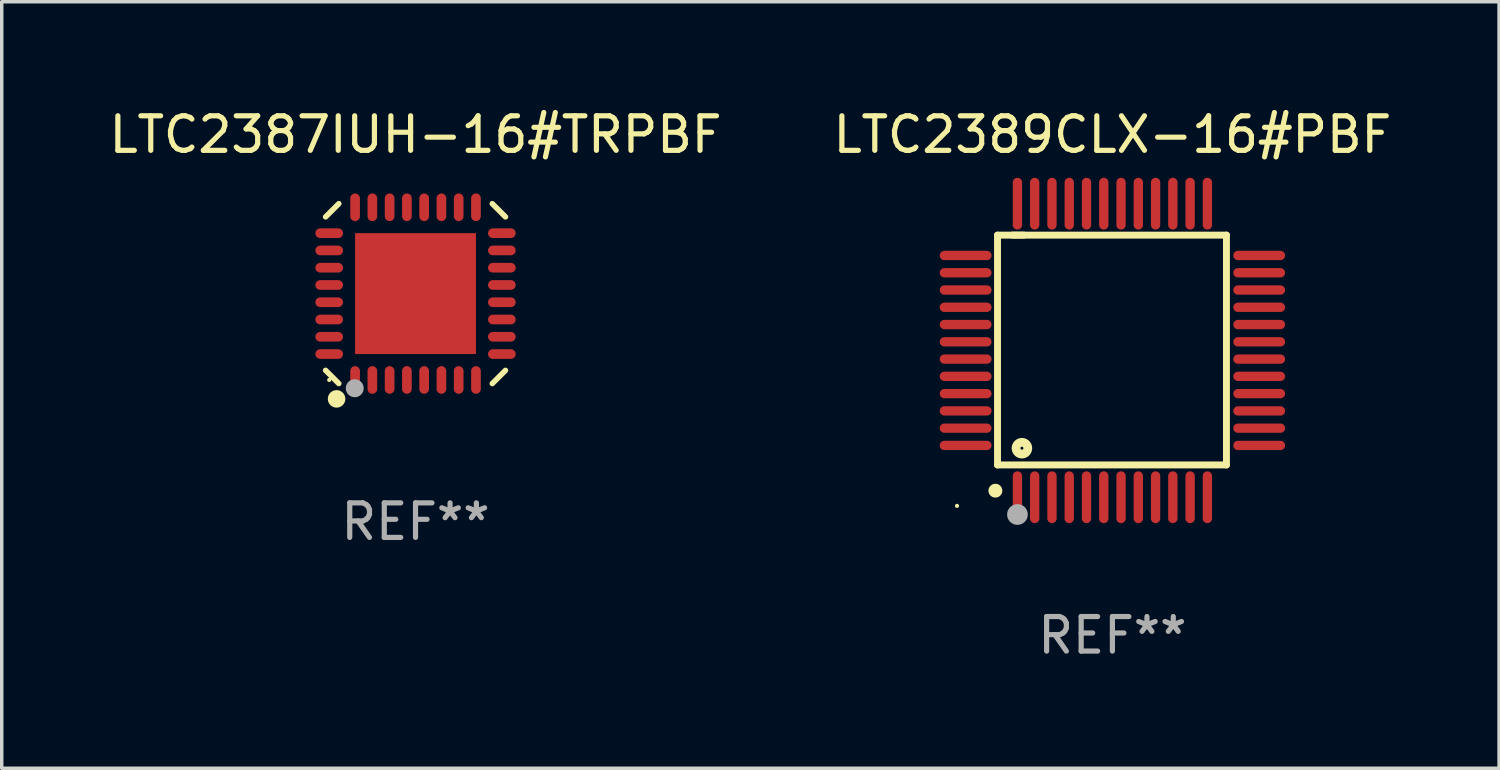
<source format=kicad_pcb>
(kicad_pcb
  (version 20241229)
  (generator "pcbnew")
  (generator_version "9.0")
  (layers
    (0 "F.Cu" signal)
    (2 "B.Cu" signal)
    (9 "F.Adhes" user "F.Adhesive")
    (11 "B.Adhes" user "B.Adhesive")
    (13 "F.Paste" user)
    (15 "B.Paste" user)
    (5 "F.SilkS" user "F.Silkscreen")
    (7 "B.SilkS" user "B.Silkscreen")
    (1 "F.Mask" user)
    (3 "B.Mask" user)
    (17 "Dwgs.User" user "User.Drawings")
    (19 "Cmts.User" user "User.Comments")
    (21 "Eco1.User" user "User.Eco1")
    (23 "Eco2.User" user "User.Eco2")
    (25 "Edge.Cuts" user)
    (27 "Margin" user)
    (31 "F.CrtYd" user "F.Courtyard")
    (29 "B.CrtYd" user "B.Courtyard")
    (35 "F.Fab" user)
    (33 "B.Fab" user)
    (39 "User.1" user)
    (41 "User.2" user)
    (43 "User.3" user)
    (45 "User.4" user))
  (footprint "LTC2389CLX-16#PBF"
    (layer "F.Cu")
    (at 29.161 7.098)
    (property "Reference" "LTC2389CLX-16#PBF" (at 0 -6.25 0) (layer "F.SilkS") (effects (font (size 1 1) (thickness 0.15))))
    (attr through_hole)
    (fp_line (start -3.327 -3.34) (end -2.565 -3.34) (stroke (width 0.2) (type solid)) (layer "F.SilkS"))
    (fp_line (start -3.327 3.315) (end -3.327 -3.34) (stroke (width 0.2) (type solid)) (layer "F.SilkS"))
    (fp_line (start -2.896 -3.34) (end 3.302 -3.34) (stroke (width 0.2) (type solid)) (layer "F.SilkS"))
    (fp_line (start 3.302 -3.34) (end 3.302 3.315) (stroke (width 0.2) (type solid)) (layer "F.SilkS"))
    (fp_line (start 3.302 3.315) (end -3.327 3.315) (stroke (width 0.2) (type solid)) (layer "F.SilkS"))
    (fp_arc (start -3.389992 4.059995) (mid -3.388722 4.059991) (end -3.387452 4.059995) (stroke (width 0.4) (type solid)) (layer "F.SilkS"))
    (fp_circle (center -4.5 4.5) (end -4.47 4.5) (stroke (width 0.06) (type solid)) (fill no) (layer "F.SilkS"))
    (fp_circle (center -2.62 2.83) (end -2.45 2.83) (stroke (width 0.254) (type solid)) (fill no) (layer "F.SilkS"))
    (fp_circle (center -2.75 4.75) (end -2.6 4.75) (stroke (width 0.3) (type solid)) (fill no) (layer "F.Fab"))
    (fp_text user "REF**" (at 0 8.25 0) (layer "F.Fab") (effects (font (size 1 1) (thickness 0.15))))
    (pad "1" smd oval (at -2.75 4.25) (size 0.27 1.5) (layers "F.Cu" "F.Mask" "F.Paste"))
    (pad "2" smd oval (at -2.25 4.25) (size 0.27 1.5) (layers "F.Cu" "F.Mask" "F.Paste"))
    (pad "3" smd oval (at -1.75 4.25) (size 0.27 1.5) (layers "F.Cu" "F.Mask" "F.Paste"))
    (pad "4" smd oval (at -1.25 4.25) (size 0.27 1.5) (layers "F.Cu" "F.Mask" "F.Paste"))
    (pad "5" smd oval (at -0.75 4.25) (size 0.27 1.5) (layers "F.Cu" "F.Mask" "F.Paste"))
    (pad "6" smd oval (at -0.25 4.25) (size 0.27 1.5) (layers "F.Cu" "F.Mask" "F.Paste"))
    (pad "7" smd oval (at 0.25 4.25) (size 0.27 1.5) (layers "F.Cu" "F.Mask" "F.Paste"))
    (pad "8" smd oval (at 0.75 4.25) (size 0.27 1.5) (layers "F.Cu" "F.Mask" "F.Paste"))
    (pad "9" smd oval (at 1.25 4.25) (size 0.27 1.5) (layers "F.Cu" "F.Mask" "F.Paste"))
    (pad "10" smd oval (at 1.75 4.25) (size 0.27 1.5) (layers "F.Cu" "F.Mask" "F.Paste"))
    (pad "11" smd oval (at 2.25 4.25) (size 0.27 1.5) (layers "F.Cu" "F.Mask" "F.Paste"))
    (pad "12" smd oval (at 2.75 4.25) (size 0.27 1.5) (layers "F.Cu" "F.Mask" "F.Paste"))
    (pad "13" smd oval (at 4.25 2.75) (size 1.5 0.27) (layers "F.Cu" "F.Mask" "F.Paste"))
    (pad "14" smd oval (at 4.25 2.25) (size 1.5 0.27) (layers "F.Cu" "F.Mask" "F.Paste"))
    (pad "15" smd oval (at 4.25 1.75) (size 1.5 0.27) (layers "F.Cu" "F.Mask" "F.Paste"))
    (pad "16" smd oval (at 4.25 1.25) (size 1.5 0.27) (layers "F.Cu" "F.Mask" "F.Paste"))
    (pad "17" smd oval (at 4.25 0.75) (size 1.5 0.27) (layers "F.Cu" "F.Mask" "F.Paste"))
    (pad "18" smd oval (at 4.25 0.25) (size 1.5 0.27) (layers "F.Cu" "F.Mask" "F.Paste"))
    (pad "19" smd oval (at 4.25 -0.25) (size 1.5 0.27) (layers "F.Cu" "F.Mask" "F.Paste"))
    (pad "20" smd oval (at 4.25 -0.75) (size 1.5 0.27) (layers "F.Cu" "F.Mask" "F.Paste"))
    (pad "21" smd oval (at 4.25 -1.25) (size 1.5 0.27) (layers "F.Cu" "F.Mask" "F.Paste"))
    (pad "22" smd oval (at 4.25 -1.75) (size 1.5 0.27) (layers "F.Cu" "F.Mask" "F.Paste"))
    (pad "23" smd oval (at 4.25 -2.25) (size 1.5 0.27) (layers "F.Cu" "F.Mask" "F.Paste"))
    (pad "24" smd oval (at 4.25 -2.75) (size 1.5 0.27) (layers "F.Cu" "F.Mask" "F.Paste"))
    (pad "25" smd oval (at 2.75 -4.25) (size 0.27 1.5) (layers "F.Cu" "F.Mask" "F.Paste"))
    (pad "26" smd oval (at 2.25 -4.25) (size 0.27 1.5) (layers "F.Cu" "F.Mask" "F.Paste"))
    (pad "27" smd oval (at 1.75 -4.25) (size 0.27 1.5) (layers "F.Cu" "F.Mask" "F.Paste"))
    (pad "28" smd oval (at 1.25 -4.25) (size 0.27 1.5) (layers "F.Cu" "F.Mask" "F.Paste"))
    (pad "29" smd oval (at 0.75 -4.25) (size 0.27 1.5) (layers "F.Cu" "F.Mask" "F.Paste"))
    (pad "30" smd oval (at 0.25 -4.25) (size 0.27 1.5) (layers "F.Cu" "F.Mask" "F.Paste"))
    (pad "31" smd oval (at -0.25 -4.25) (size 0.27 1.5) (layers "F.Cu" "F.Mask" "F.Paste"))
    (pad "32" smd oval (at -0.75 -4.25) (size 0.27 1.5) (layers "F.Cu" "F.Mask" "F.Paste"))
    (pad "33" smd oval (at -1.25 -4.25) (size 0.27 1.5) (layers "F.Cu" "F.Mask" "F.Paste"))
    (pad "34" smd oval (at -1.75 -4.25) (size 0.27 1.5) (layers "F.Cu" "F.Mask" "F.Paste"))
    (pad "35" smd oval (at -2.25 -4.25) (size 0.27 1.5) (layers "F.Cu" "F.Mask" "F.Paste"))
    (pad "36" smd oval (at -2.75 -4.25) (size 0.27 1.5) (layers "F.Cu" "F.Mask" "F.Paste"))
    (pad "37" smd oval (at -4.25 -2.75) (size 1.5 0.27) (layers "F.Cu" "F.Mask" "F.Paste"))
    (pad "38" smd oval (at -4.25 -2.25) (size 1.5 0.27) (layers "F.Cu" "F.Mask" "F.Paste"))
    (pad "39" smd oval (at -4.25 -1.75) (size 1.5 0.27) (layers "F.Cu" "F.Mask" "F.Paste"))
    (pad "40" smd oval (at -4.25 -1.25) (size 1.5 0.27) (layers "F.Cu" "F.Mask" "F.Paste"))
    (pad "41" smd oval (at -4.25 -0.75) (size 1.5 0.27) (layers "F.Cu" "F.Mask" "F.Paste"))
    (pad "42" smd oval (at -4.25 -0.25) (size 1.5 0.27) (layers "F.Cu" "F.Mask" "F.Paste"))
    (pad "43" smd oval (at -4.25 0.25) (size 1.5 0.27) (layers "F.Cu" "F.Mask" "F.Paste"))
    (pad "44" smd oval (at -4.25 0.75) (size 1.5 0.27) (layers "F.Cu" "F.Mask" "F.Paste"))
    (pad "45" smd oval (at -4.25 1.25) (size 1.5 0.27) (layers "F.Cu" "F.Mask" "F.Paste"))
    (pad "46" smd oval (at -4.25 1.75) (size 1.5 0.27) (layers "F.Cu" "F.Mask" "F.Paste"))
    (pad "47" smd oval (at -4.25 2.25) (size 1.5 0.27) (layers "F.Cu" "F.Mask" "F.Paste"))
    (pad "48" smd oval (at -4.25 2.75) (size 1.5 0.27) (layers "F.Cu" "F.Mask" "F.Paste")))
  (footprint "LTC2387IUH-16#TRPBF"
    (layer "F.Cu")
    (at 8.982 5.452)
    (property "Reference" "LTC2387IUH-16#TRPBF" (at 0 -4.604 0) (layer "F.SilkS") (effects (font (size 1 1) (thickness 0.15))))
    (attr through_hole)
    (fp_line (start -2.223 2.603) (end -2.604 2.222) (stroke (width 0.16) (type solid)) (layer "F.SilkS"))
    (fp_line (start -2.222 -2.604) (end -2.603 -2.223) (stroke (width 0.16) (type solid)) (layer "F.SilkS"))
    (fp_line (start 2.223 -2.604) (end 2.604 -2.223) (stroke (width 0.16) (type solid)) (layer "F.SilkS"))
    (fp_line (start 2.604 2.223) (end 2.223 2.604) (stroke (width 0.16) (type solid)) (layer "F.SilkS"))
    (fp_circle (center -2.5 2.5) (end -2.47 2.5) (stroke (width 0.06) (type solid)) (fill no) (layer "F.SilkS"))
    (fp_circle (center -2.286 3.048) (end -2.159 3.048) (stroke (width 0.254) (type solid)) (fill no) (layer "F.SilkS"))
    (fp_circle (center -1.76 2.74) (end -1.63 2.74) (stroke (width 0.26) (type solid)) (fill no) (layer "F.Fab"))
    (fp_text user "REF**" (at 0 6.604 0) (layer "F.Fab") (effects (font (size 1 1) (thickness 0.15))))
    (pad "1" smd oval (at -1.75 2.5) (size 0.28 0.8) (layers "F.Cu" "F.Mask" "F.Paste"))
    (pad "2" smd oval (at -1.25 2.5) (size 0.28 0.8) (layers "F.Cu" "F.Mask" "F.Paste"))
    (pad "3" smd oval (at -0.75 2.5) (size 0.28 0.8) (layers "F.Cu" "F.Mask" "F.Paste"))
    (pad "4" smd oval (at -0.25 2.5) (size 0.28 0.8) (layers "F.Cu" "F.Mask" "F.Paste"))
    (pad "5" smd oval (at 0.25 2.5) (size 0.28 0.8) (layers "F.Cu" "F.Mask" "F.Paste"))
    (pad "6" smd oval (at 0.75 2.5) (size 0.28 0.8) (layers "F.Cu" "F.Mask" "F.Paste"))
    (pad "7" smd oval (at 1.25 2.5) (size 0.28 0.8) (layers "F.Cu" "F.Mask" "F.Paste"))
    (pad "8" smd oval (at 1.75 2.5) (size 0.28 0.8) (layers "F.Cu" "F.Mask" "F.Paste"))
    (pad "9" smd oval (at 2.5 1.75) (size 0.8 0.28) (layers "F.Cu" "F.Mask" "F.Paste"))
    (pad "10" smd oval (at 2.5 1.25) (size 0.8 0.28) (layers "F.Cu" "F.Mask" "F.Paste"))
    (pad "11" smd oval (at 2.5 0.75) (size 0.8 0.28) (layers "F.Cu" "F.Mask" "F.Paste"))
    (pad "12" smd oval (at 2.5 0.25) (size 0.8 0.28) (layers "F.Cu" "F.Mask" "F.Paste"))
    (pad "13" smd oval (at 2.5 -0.25) (size 0.8 0.28) (layers "F.Cu" "F.Mask" "F.Paste"))
    (pad "14" smd oval (at 2.5 -0.75) (size 0.8 0.28) (layers "F.Cu" "F.Mask" "F.Paste"))
    (pad "15" smd oval (at 2.5 -1.25) (size 0.8 0.28) (layers "F.Cu" "F.Mask" "F.Paste"))
    (pad "16" smd oval (at 2.5 -1.75) (size 0.8 0.28) (layers "F.Cu" "F.Mask" "F.Paste"))
    (pad "17" smd oval (at 1.75 -2.5) (size 0.28 0.8) (layers "F.Cu" "F.Mask" "F.Paste"))
    (pad "18" smd oval (at 1.25 -2.5) (size 0.28 0.8) (layers "F.Cu" "F.Mask" "F.Paste"))
    (pad "19" smd oval (at 0.75 -2.5) (size 0.28 0.8) (layers "F.Cu" "F.Mask" "F.Paste"))
    (pad "20" smd oval (at 0.25 -2.5) (size 0.28 0.8) (layers "F.Cu" "F.Mask" "F.Paste"))
    (pad "21" smd oval (at -0.25 -2.5) (size 0.28 0.8) (layers "F.Cu" "F.Mask" "F.Paste"))
    (pad "22" smd oval (at -0.75 -2.5) (size 0.28 0.8) (layers "F.Cu" "F.Mask" "F.Paste"))
    (pad "23" smd oval (at -1.25 -2.5) (size 0.28 0.8) (layers "F.Cu" "F.Mask" "F.Paste"))
    (pad "24" smd oval (at -1.75 -2.5) (size 0.28 0.8) (layers "F.Cu" "F.Mask" "F.Paste"))
    (pad "25" smd oval (at -2.5 -1.75) (size 0.8 0.28) (layers "F.Cu" "F.Mask" "F.Paste"))
    (pad "26" smd oval (at -2.5 -1.25) (size 0.8 0.28) (layers "F.Cu" "F.Mask" "F.Paste"))
    (pad "27" smd oval (at -2.5 -0.75) (size 0.8 0.28) (layers "F.Cu" "F.Mask" "F.Paste"))
    (pad "28" smd oval (at -2.5 -0.25) (size 0.8 0.28) (layers "F.Cu" "F.Mask" "F.Paste"))
    (pad "29" smd oval (at -2.5 0.25) (size 0.8 0.28) (layers "F.Cu" "F.Mask" "F.Paste"))
    (pad "30" smd oval (at -2.5 0.75) (size 0.8 0.28) (layers "F.Cu" "F.Mask" "F.Paste"))
    (pad "31" smd oval (at -2.5 1.25) (size 0.8 0.28) (layers "F.Cu" "F.Mask" "F.Paste"))
    (pad "32" smd oval (at -2.5 1.75) (size 0.8 0.28) (layers "F.Cu" "F.Mask" "F.Paste"))
    (pad "33" smd rect (at 0.000038 -0.000025) (size 3.5 3.5) (layers "F.Cu" "F.Mask" "F.Paste")))
  (gr_rect
    (start -3 -3)
    (end 40.357 19.196)
    (stroke (width 0.1) (type default))
    (fill no)
    (layer "Edge.Cuts")))
</source>
